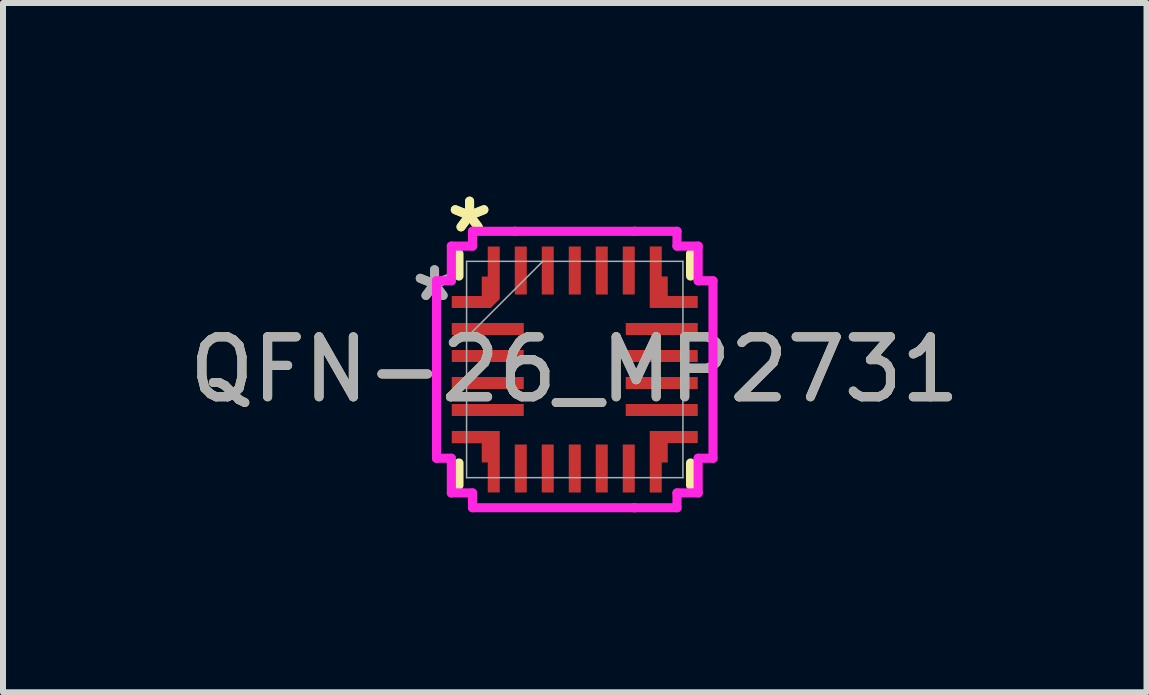
<source format=kicad_pcb>
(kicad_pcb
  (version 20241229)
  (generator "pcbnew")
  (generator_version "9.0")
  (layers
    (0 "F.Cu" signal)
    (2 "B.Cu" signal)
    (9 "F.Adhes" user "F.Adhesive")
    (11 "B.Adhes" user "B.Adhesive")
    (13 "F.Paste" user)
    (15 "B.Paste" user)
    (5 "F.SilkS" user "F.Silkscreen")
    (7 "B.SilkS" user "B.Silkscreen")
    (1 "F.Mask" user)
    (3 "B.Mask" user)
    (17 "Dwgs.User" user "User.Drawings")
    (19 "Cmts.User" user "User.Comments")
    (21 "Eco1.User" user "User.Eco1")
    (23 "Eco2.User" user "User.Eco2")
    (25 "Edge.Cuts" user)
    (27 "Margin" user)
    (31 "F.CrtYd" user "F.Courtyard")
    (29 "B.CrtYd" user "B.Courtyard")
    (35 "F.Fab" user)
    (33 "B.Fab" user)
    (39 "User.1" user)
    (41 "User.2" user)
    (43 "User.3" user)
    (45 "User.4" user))
  (footprint "QFN-26_MP2731"
    (layer "F.Cu")
    (at 6.53 3.109)
    (property "Reference" "QFN-26_MP2731" (at 0 0 0) (unlocked yes) (layer "F.SilkS") (effects (font (size 1 1) (thickness 0.15))))
    (attr smd)
    (fp_poly (pts (xy -1.45 -2.05) (xy -1.25 -2.05) (xy -1.25 -1.175) (xy -1.4 -1.025) (xy -2.05 -1.025) (xy -2.05 -1.225) (xy -1.55 -1.225) (xy -1.55 -1.55) (xy -1.45 -1.55)) (stroke (width 0) (type solid)) (fill yes) (layer "F.Cu"))
    (fp_poly (pts (xy -1.45 -2.05) (xy -1.25 -2.05) (xy -1.25 -1.175) (xy -1.4 -1.025) (xy -2.05 -1.025) (xy -2.05 -1.225) (xy -1.55 -1.225) (xy -1.55 -1.55) (xy -1.45 -1.55)) (stroke (width 0) (type solid)) (fill yes) (layer "F.Mask"))
    (fp_line (start -1.93 -1.558) (end -1.93 -1.93) (stroke (width 0.152) (type solid)) (layer "F.SilkS"))
    (fp_line (start -1.93 1.93) (end -1.93 1.558) (stroke (width 0.152) (type solid)) (layer "F.SilkS"))
    (fp_line (start 1.93 -1.93) (end 1.93 -1.558) (stroke (width 0.152) (type solid)) (layer "F.SilkS"))
    (fp_line (start 1.93 1.558) (end 1.93 1.93) (stroke (width 0.152) (type solid)) (layer "F.SilkS"))
    (fp_poly (pts (xy -1.45 -2.05) (xy -1.25 -2.05) (xy -1.25 -1.175) (xy -1.4 -1.025) (xy -2.05 -1.025) (xy -2.05 -1.225) (xy -1.55 -1.225) (xy -1.55 -1.55) (xy -1.45 -1.55)) (stroke (width 0) (type solid)) (fill yes) (layer "F.Paste"))
    (fp_line (start -2.304 -1.479) (end -2.304 1.479) (stroke (width 0.152) (type solid)) (layer "F.CrtYd"))
    (fp_line (start -2.304 1.479) (end -2.057 1.479) (stroke (width 0.152) (type solid)) (layer "F.CrtYd"))
    (fp_line (start -2.057 -2.057) (end -2.057 -1.479) (stroke (width 0.152) (type solid)) (layer "F.CrtYd"))
    (fp_line (start -2.057 -1.479) (end -2.304 -1.479) (stroke (width 0.152) (type solid)) (layer "F.CrtYd"))
    (fp_line (start -2.057 1.479) (end -2.057 2.057) (stroke (width 0.152) (type solid)) (layer "F.CrtYd"))
    (fp_line (start -2.057 2.057) (end -1.704 2.057) (stroke (width 0.152) (type solid)) (layer "F.CrtYd"))
    (fp_line (start -1.704 -2.304) (end -1.704 -2.057) (stroke (width 0.152) (type solid)) (layer "F.CrtYd"))
    (fp_line (start -1.704 -2.057) (end -2.057 -2.057) (stroke (width 0.152) (type solid)) (layer "F.CrtYd"))
    (fp_line (start -1.704 2.057) (end -1.704 2.304) (stroke (width 0.152) (type solid)) (layer "F.CrtYd"))
    (fp_line (start -1.704 2.304) (end 0.996 2.304) (stroke (width 0.152) (type solid)) (layer "F.CrtYd"))
    (fp_line (start -0.996 -2.304) (end -1.704 -2.304) (stroke (width 0.152) (type solid)) (layer "F.CrtYd"))
    (fp_line (start -0.996 -2.304) (end -0.996 -2.304) (stroke (width 0.152) (type solid)) (layer "F.CrtYd"))
    (fp_line (start 0.996 -2.304) (end 0.996 -2.304) (stroke (width 0.152) (type solid)) (layer "F.CrtYd"))
    (fp_line (start 0.996 -2.304) (end -0.996 -2.304) (stroke (width 0.152) (type solid)) (layer "F.CrtYd"))
    (fp_line (start 0.996 2.304) (end 0.996 2.304) (stroke (width 0.152) (type solid)) (layer "F.CrtYd"))
    (fp_line (start 0.996 2.304) (end 1.704 2.304) (stroke (width 0.152) (type solid)) (layer "F.CrtYd"))
    (fp_line (start 1.704 -2.304) (end 0.996 -2.304) (stroke (width 0.152) (type solid)) (layer "F.CrtYd"))
    (fp_line (start 1.704 -2.057) (end 1.704 -2.304) (stroke (width 0.152) (type solid)) (layer "F.CrtYd"))
    (fp_line (start 1.704 2.057) (end 2.057 2.057) (stroke (width 0.152) (type solid)) (layer "F.CrtYd"))
    (fp_line (start 1.704 2.304) (end 1.704 2.057) (stroke (width 0.152) (type solid)) (layer "F.CrtYd"))
    (fp_line (start 2.057 -2.057) (end 1.704 -2.057) (stroke (width 0.152) (type solid)) (layer "F.CrtYd"))
    (fp_line (start 2.057 -1.479) (end 2.057 -2.057) (stroke (width 0.152) (type solid)) (layer "F.CrtYd"))
    (fp_line (start 2.057 1.479) (end 2.304 1.479) (stroke (width 0.152) (type solid)) (layer "F.CrtYd"))
    (fp_line (start 2.057 2.057) (end 2.057 1.479) (stroke (width 0.152) (type solid)) (layer "F.CrtYd"))
    (fp_line (start 2.304 -1.479) (end 2.057 -1.479) (stroke (width 0.152) (type solid)) (layer "F.CrtYd"))
    (fp_line (start 2.304 1.479) (end 2.304 -1.479) (stroke (width 0.152) (type solid)) (layer "F.CrtYd"))
    (fp_line (start -1.803 -1.803) (end -1.803 1.803) (stroke (width 0.025) (type solid)) (layer "F.Fab"))
    (fp_line (start -1.803 -0.533) (end -0.533 -1.803) (stroke (width 0.025) (type solid)) (layer "F.Fab"))
    (fp_line (start -1.803 1.803) (end 1.803 1.803) (stroke (width 0.025) (type solid)) (layer "F.Fab"))
    (fp_line (start 1.803 -1.803) (end -1.803 -1.803) (stroke (width 0.025) (type solid)) (layer "F.Fab"))
    (fp_line (start 1.803 1.803) (end 1.803 -1.803) (stroke (width 0.025) (type solid)) (layer "F.Fab"))
    (fp_text user "*" (at -1.753 -2.261 0) (layer "F.SilkS") (effects (font (size 1 1) (thickness 0.15))))
    (fp_text user "*" (at -1.753 -2.261 0) (unlocked yes) (layer "F.SilkS") (effects (font (size 1 1) (thickness 0.15))))
    (fp_text user "${REFERENCE}" (at 0 0 0) (unlocked yes) (layer "F.Fab") (effects (font (size 1 1) (thickness 0.15))))
    (fp_text user "*" (at -2.337 -1.118 0) (layer "F.Fab") (effects (font (size 1 1) (thickness 0.15))))
    (fp_text user "*" (at -2.337 -1.118 0) (unlocked yes) (layer "F.Fab") (effects (font (size 1 1) (thickness 0.15))))
    (pad "1" smd rect (at -1.65 -1.125) (size 0.127 0.127) (layers "F.Cu" "F.Mask" "F.Paste"))
    (pad "2" smd rect (at -1.45 -0.675) (size 1.2 0.2) (layers "F.Cu" "F.Mask" "F.Paste"))
    (pad "3" smd rect (at -1.45 -0.225) (size 1.2 0.2) (layers "F.Cu" "F.Mask" "F.Paste"))
    (pad "4" smd rect (at -1.45 0.225) (size 1.2 0.2) (layers "F.Cu" "F.Mask" "F.Paste"))
    (pad "5" smd rect (at -1.45 0.675) (size 1.2 0.2) (layers "F.Cu" "F.Mask" "F.Paste"))
    (pad "6" smd custom (at -1.75 1.127) (size 0.6 0.205) (layers "F.Cu" "F.Mask" "F.Paste") (options (anchor rect)) (primitives (gr_poly (pts (xy -0.3 -0.102) (xy -0.3 0.098) (xy 0.2 0.098) (xy 0.2 0.422) (xy 0.3 0.422) (xy 0.3 0.922) (xy 0.5 0.922) (xy 0.5 -0.102)) (width 0) (fill yes))))
    (pad "8" smd rect (at -0.9 1.65 90) (size 0.8 0.2) (layers "F.Cu" "F.Mask" "F.Paste"))
    (pad "9" smd rect (at -0.45 1.65 90) (size 0.8 0.2) (layers "F.Cu" "F.Mask" "F.Paste"))
    (pad "10" smd rect (at 0 1.65 90) (size 0.8 0.2) (layers "F.Cu" "F.Mask" "F.Paste"))
    (pad "11" smd rect (at 0.45 1.65 90) (size 0.8 0.2) (layers "F.Cu" "F.Mask" "F.Paste"))
    (pad "12" smd rect (at 0.9 1.65 90) (size 0.8 0.2) (layers "F.Cu" "F.Mask" "F.Paste"))
    (pad "13" smd custom (at 1.35 1.64 90) (size 0.82 0.2) (layers "F.Cu" "F.Mask" "F.Paste") (options (anchor rect)) (primitives (gr_poly (pts (xy 0.615 0.7) (xy 0.415 0.7) (xy 0.415 0.2) (xy 0.09 0.2) (xy 0.09 0.1) (xy -0.41 0.1) (xy -0.41 -0.1) (xy 0.615 -0.1)) (width 0) (fill yes))))
    (pad "15" smd rect (at 1.45 0.675) (size 1.2 0.2) (layers "F.Cu" "F.Mask" "F.Paste"))
    (pad "16" smd rect (at 1.45 0.225) (size 1.2 0.2) (layers "F.Cu" "F.Mask" "F.Paste"))
    (pad "17" smd rect (at 1.45 -0.225) (size 1.2 0.2) (layers "F.Cu" "F.Mask" "F.Paste"))
    (pad "18" smd rect (at 1.45 -0.675) (size 1.2 0.2) (layers "F.Cu" "F.Mask" "F.Paste"))
    (pad "20" smd custom (at 1.35 -1.638 90) (size 0.825 0.2) (layers "F.Cu" "F.Mask" "F.Paste") (options (anchor rect)) (primitives (gr_poly (pts (xy -0.612 0.7) (xy -0.412 0.7) (xy -0.412 0.2) (xy -0.087 0.2) (xy -0.087 0.1) (xy 0.413 0.1) (xy 0.413 -0.1) (xy -0.612 -0.1)) (width 0) (fill yes))))
    (pad "21" smd rect (at 0.9 -1.65 90) (size 0.8 0.2) (layers "F.Cu" "F.Mask" "F.Paste"))
    (pad "22" smd rect (at 0.45 -1.65 90) (size 0.8 0.2) (layers "F.Cu" "F.Mask" "F.Paste"))
    (pad "23" smd rect (at 0 -1.65 90) (size 0.8 0.2) (layers "F.Cu" "F.Mask" "F.Paste"))
    (pad "24" smd rect (at -0.45 -1.65 90) (size 0.8 0.2) (layers "F.Cu" "F.Mask" "F.Paste"))
    (pad "25" smd rect (at -0.9 -1.65 90) (size 0.8 0.2) (layers "F.Cu" "F.Mask" "F.Paste"))
    (pad "26" smd rect (at -1.35 -1.65 90) (size 0.127 0.127) (layers "F.Cu" "F.Mask" "F.Paste")))
  (gr_rect
    (start -3 -3)
    (end 16.06 8.489)
    (stroke (width 0.1) (type default))
    (fill no)
    (layer "Edge.Cuts")))
</source>
